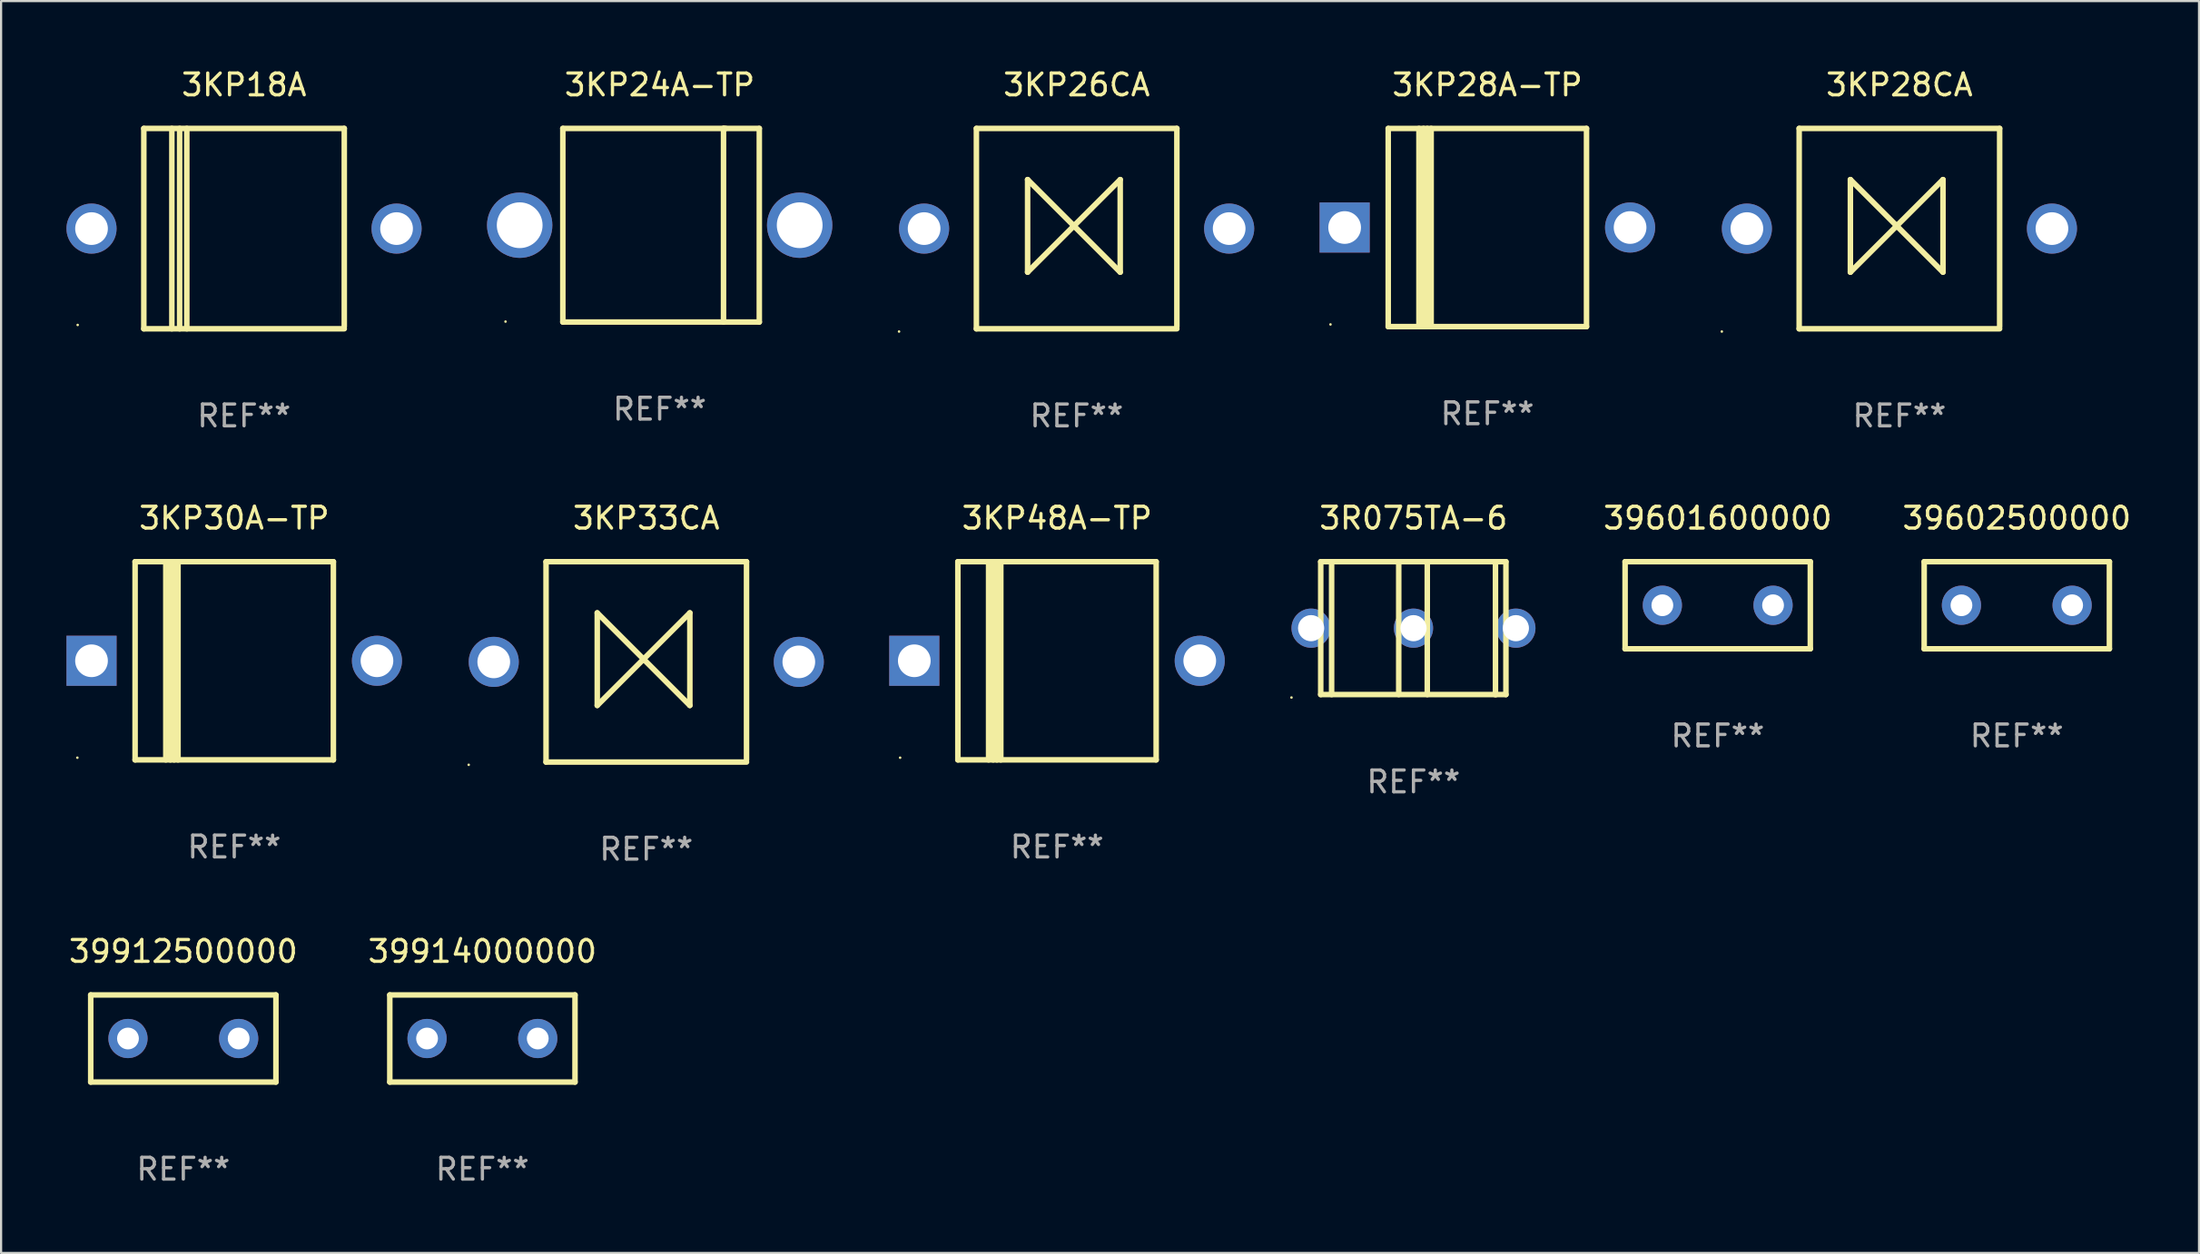
<source format=kicad_pcb>
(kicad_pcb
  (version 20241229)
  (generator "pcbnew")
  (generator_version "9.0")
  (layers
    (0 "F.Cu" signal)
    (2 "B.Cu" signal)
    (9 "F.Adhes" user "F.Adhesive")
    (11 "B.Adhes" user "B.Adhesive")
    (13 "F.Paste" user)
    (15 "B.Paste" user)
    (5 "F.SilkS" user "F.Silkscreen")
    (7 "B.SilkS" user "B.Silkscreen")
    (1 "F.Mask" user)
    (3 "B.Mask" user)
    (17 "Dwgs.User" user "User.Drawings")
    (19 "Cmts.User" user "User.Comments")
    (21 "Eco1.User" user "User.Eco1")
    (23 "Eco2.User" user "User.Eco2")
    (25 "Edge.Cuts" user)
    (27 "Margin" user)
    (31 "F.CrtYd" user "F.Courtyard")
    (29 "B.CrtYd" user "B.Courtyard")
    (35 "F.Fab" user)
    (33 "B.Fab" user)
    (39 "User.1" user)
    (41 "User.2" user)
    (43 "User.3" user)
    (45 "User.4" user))
  (footprint "39912500000"
    (layer "F.Cu")
    (at 5.363 44.641)
    (property "Reference" "39912500000" (at 0 -4 0) (layer "F.SilkS") (effects (font (size 1 1) (thickness 0.15))))
    (attr through_hole)
    (fp_line (start -4.25 2) (end -4.25 -2) (stroke (width 0.254) (type solid)) (layer "F.SilkS"))
    (fp_line (start -4.25 -2) (end 4.25 -2) (stroke (width 0.254) (type solid)) (layer "F.SilkS"))
    (fp_line (start 4.25 2) (end -4.25 2) (stroke (width 0.254) (type solid)) (layer "F.SilkS"))
    (fp_line (start 4.25 -2) (end 4.25 2) (stroke (width 0.254) (type solid)) (layer "F.SilkS"))
    (fp_circle (center -4.25 2) (end -4.22 2) (stroke (width 0.06) (type solid)) (fill no) (layer "F.SilkS"))
    (fp_text user "REF**" (at 0 6 0) (layer "F.Fab") (effects (font (size 1 1) (thickness 0.15))))
    (pad "1" thru_hole circle (at -2.54 0) (size 1.8 1.8) (drill 1) (layers "*.Cu" "*.Mask"))
    (pad "2" thru_hole circle (at 2.54 0) (size 1.8 1.8) (drill 1) (layers "*.Cu" "*.Mask")))
  (footprint "3KP28CA"
    (layer "F.Cu")
    (at 84.12 7.448)
    (property "Reference" "3KP28CA" (at 0 -6.6 0) (layer "F.SilkS") (effects (font (size 1 1) (thickness 0.15))))
    (attr through_hole)
    (fp_line (start -4.6 -4.6) (end -4.6 4.6) (stroke (width 0.254) (type solid)) (layer "F.SilkS"))
    (fp_line (start -4.6 -4.6) (end 4.6 -4.6) (stroke (width 0.254) (type solid)) (layer "F.SilkS"))
    (fp_line (start -4.6 4.6) (end 4.6 4.6) (stroke (width 0.254) (type solid)) (layer "F.SilkS"))
    (fp_line (start -2.25 -2.25) (end -2.25 2) (stroke (width 0.254) (type solid)) (layer "F.SilkS"))
    (fp_line (start -2.25 2) (end 2 -2.25) (stroke (width 0.254) (type solid)) (layer "F.SilkS"))
    (fp_line (start 2 -2.25) (end 2 2) (stroke (width 0.254) (type solid)) (layer "F.SilkS"))
    (fp_line (start 2 2) (end -2.25 -2.25) (stroke (width 0.254) (type solid)) (layer "F.SilkS"))
    (fp_line (start 4.6 -4.6) (end 4.6 4.5) (stroke (width 0.254) (type solid)) (layer "F.SilkS"))
    (fp_circle (center -8.15 4.727) (end -8.12 4.727) (stroke (width 0.06) (type solid)) (fill no) (layer "F.SilkS"))
    (fp_text user "REF**" (at 0 8.6 0) (layer "F.Fab") (effects (font (size 1 1) (thickness 0.15))))
    (pad "1" thru_hole circle (at -7 0) (size 2.3 2.3) (drill 1.5) (layers "*.Cu" "*.Mask"))
    (pad "2" thru_hole circle (at 7 0) (size 2.3 2.3) (drill 1.5) (layers "*.Cu" "*.Mask")))
  (footprint "3R075TA-6"
    (layer "F.Cu")
    (at 61.819 25.8)
    (property "Reference" "3R075TA-6" (at 0 -5.055 0) (layer "F.SilkS") (effects (font (size 1 1) (thickness 0.15))))
    (attr through_hole)
    (fp_line (start -4.257 -3.055) (end 4.243 -3.055) (stroke (width 0.254) (type solid)) (layer "F.SilkS"))
    (fp_line (start -4.257 3.045) (end -4.257 -3.055) (stroke (width 0.254) (type solid)) (layer "F.SilkS"))
    (fp_line (start -3.757 3.045) (end -3.757 -3.055) (stroke (width 0.254) (type solid)) (layer "F.SilkS"))
    (fp_line (start -0.677 3.045) (end -0.677 -3.055) (stroke (width 0.254) (type solid)) (layer "F.SilkS"))
    (fp_line (start 0.633 3.045) (end 0.633 -3.055) (stroke (width 0.254) (type solid)) (layer "F.SilkS"))
    (fp_line (start 3.763 3.055) (end 3.763 -3.045) (stroke (width 0.254) (type solid)) (layer "F.SilkS"))
    (fp_line (start 4.243 -3.055) (end 4.243 3.045) (stroke (width 0.254) (type solid)) (layer "F.SilkS"))
    (fp_line (start 4.243 3.045) (end -4.257 3.045) (stroke (width 0.254) (type solid)) (layer "F.SilkS"))
    (fp_circle (center -5.599 3.182) (end -5.569 3.182) (stroke (width 0.06) (type solid)) (fill no) (layer "F.SilkS"))
    (fp_text user "REF**" (at 0 7.055 0) (layer "F.Fab") (effects (font (size 1 1) (thickness 0.15))))
    (pad "1" thru_hole circle (at -4.699 -0.003) (size 1.8 1.8) (drill 1.2) (layers "*.Cu" "*.Mask"))
    (pad "2" thru_hole circle (at 0 -0.003) (size 1.8 1.8) (drill 1.2) (layers "*.Cu" "*.Mask"))
    (pad "3" thru_hole circle (at 4.699 -0.003) (size 1.8 1.8) (drill 1.2) (layers "*.Cu" "*.Mask")))
  (footprint "3KP26CA"
    (layer "F.Cu")
    (at 46.36 7.448)
    (property "Reference" "3KP26CA" (at 0 -6.6 0) (layer "F.SilkS") (effects (font (size 1 1) (thickness 0.15))))
    (attr through_hole)
    (fp_line (start -4.6 -4.6) (end -4.6 4.6) (stroke (width 0.254) (type solid)) (layer "F.SilkS"))
    (fp_line (start -4.6 -4.6) (end 4.6 -4.6) (stroke (width 0.254) (type solid)) (layer "F.SilkS"))
    (fp_line (start -4.6 4.6) (end 4.6 4.6) (stroke (width 0.254) (type solid)) (layer "F.SilkS"))
    (fp_line (start -2.25 -2.25) (end -2.25 2) (stroke (width 0.254) (type solid)) (layer "F.SilkS"))
    (fp_line (start -2.25 2) (end 2 -2.25) (stroke (width 0.254) (type solid)) (layer "F.SilkS"))
    (fp_line (start 2 -2.25) (end 2 2) (stroke (width 0.254) (type solid)) (layer "F.SilkS"))
    (fp_line (start 2 2) (end -2.25 -2.25) (stroke (width 0.254) (type solid)) (layer "F.SilkS"))
    (fp_line (start 4.6 -4.6) (end 4.6 4.5) (stroke (width 0.254) (type solid)) (layer "F.SilkS"))
    (fp_circle (center -8.15 4.727) (end -8.12 4.727) (stroke (width 0.06) (type solid)) (fill no) (layer "F.SilkS"))
    (fp_text user "REF**" (at 0 8.6 0) (layer "F.Fab") (effects (font (size 1 1) (thickness 0.15))))
    (pad "1" thru_hole circle (at -7 0) (size 2.3 2.3) (drill 1.5) (layers "*.Cu" "*.Mask"))
    (pad "2" thru_hole circle (at 7 0) (size 2.3 2.3) (drill 1.5) (layers "*.Cu" "*.Mask")))
  (footprint "3KP48A-TP"
    (layer "F.Cu")
    (at 45.46 27.295)
    (property "Reference" "3KP48A-TP" (at 0 -6.551 0) (layer "F.SilkS") (effects (font (size 1 1) (thickness 0.15))))
    (attr through_hole)
    (fp_line (start -4.55 -4.55) (end -4.55 4.55) (stroke (width 0.254) (type solid)) (layer "F.SilkS"))
    (fp_line (start -4.55 -4.55) (end 4.55 -4.55) (stroke (width 0.254) (type solid)) (layer "F.SilkS"))
    (fp_line (start -3.14 4.55) (end -3.14 -4.551) (stroke (width 0.254) (type solid)) (layer "F.SilkS"))
    (fp_line (start -2.93 4.55) (end -2.93 -4.551) (stroke (width 0.254) (type solid)) (layer "F.SilkS"))
    (fp_line (start -2.759 4.551) (end -2.759 -4.55) (stroke (width 0.254) (type solid)) (layer "F.SilkS"))
    (fp_line (start -2.58 4.55) (end -2.58 -4.551) (stroke (width 0.254) (type solid)) (layer "F.SilkS"))
    (fp_line (start 4.55 4.55) (end 4.55 -4.55) (stroke (width 0.254) (type solid)) (layer "F.SilkS"))
    (fp_line (start 4.55 4.549) (end -4.55 4.549) (stroke (width 0.254) (type solid)) (layer "F.SilkS"))
    (fp_circle (center -7.2 4.45) (end -7.17 4.45) (stroke (width 0.06) (type solid)) (fill no) (layer "F.SilkS"))
    (fp_text user "REF**" (at 0 8.551 0) (layer "F.Fab") (effects (font (size 1 1) (thickness 0.15))))
    (pad "1" thru_hole rect (at -6.55 -0.000483 180) (size 2.3 2.3) (drill 1.5) (layers "*.Cu" "*.Mask"))
    (pad "2" thru_hole circle (at 6.55 -0.000483) (size 2.3 2.3) (drill 1.5) (layers "*.Cu" "*.Mask")))
  (footprint "3KP18A"
    (layer "F.Cu")
    (at 8.15 7.448)
    (property "Reference" "3KP18A" (at 0 -6.6 0) (layer "F.SilkS") (effects (font (size 1 1) (thickness 0.15))))
    (attr through_hole)
    (fp_line (start -4.6 -4.6) (end -4.6 4.6) (stroke (width 0.254) (type solid)) (layer "F.SilkS"))
    (fp_line (start -4.6 -4.6) (end 4.6 -4.6) (stroke (width 0.254) (type solid)) (layer "F.SilkS"))
    (fp_line (start -4.6 4.6) (end 4.6 4.6) (stroke (width 0.254) (type solid)) (layer "F.SilkS"))
    (fp_line (start -3.313 -4.6) (end -3.313 4.6) (stroke (width 0.254) (type solid)) (layer "F.SilkS"))
    (fp_line (start -2.957 -4.6) (end -2.957 4.6) (stroke (width 0.254) (type solid)) (layer "F.SilkS"))
    (fp_line (start -2.627 -4.6) (end -2.627 4.6) (stroke (width 0.254) (type solid)) (layer "F.SilkS"))
    (fp_line (start 4.6 -4.6) (end 4.6 4.5) (stroke (width 0.254) (type solid)) (layer "F.SilkS"))
    (fp_circle (center -7.635 4.425) (end -7.605 4.425) (stroke (width 0.06) (type solid)) (fill no) (layer "F.SilkS"))
    (fp_text user "REF**" (at 0 8.6 0) (layer "F.Fab") (effects (font (size 1 1) (thickness 0.15))))
    (pad "1" thru_hole circle (at -7 0) (size 2.3 2.3) (drill 1.5) (layers "*.Cu" "*.Mask"))
    (pad "2" thru_hole circle (at 7 0) (size 2.3 2.3) (drill 1.5) (layers "*.Cu" "*.Mask")))
  (footprint "39602500000"
    (layer "F.Cu")
    (at 89.507 24.745)
    (property "Reference" "39602500000" (at 0 -4 0) (layer "F.SilkS") (effects (font (size 1 1) (thickness 0.15))))
    (attr through_hole)
    (fp_line (start -4.25 2) (end -4.25 -2) (stroke (width 0.254) (type solid)) (layer "F.SilkS"))
    (fp_line (start -4.25 -2) (end 4.25 -2) (stroke (width 0.254) (type solid)) (layer "F.SilkS"))
    (fp_line (start 4.25 2) (end -4.25 2) (stroke (width 0.254) (type solid)) (layer "F.SilkS"))
    (fp_line (start 4.25 -2) (end 4.25 2) (stroke (width 0.254) (type solid)) (layer "F.SilkS"))
    (fp_circle (center -4.25 2) (end -4.22 2) (stroke (width 0.06) (type solid)) (fill no) (layer "F.SilkS"))
    (fp_text user "REF**" (at 0 6 0) (layer "F.Fab") (effects (font (size 1 1) (thickness 0.15))))
    (pad "1" thru_hole circle (at -2.54 0) (size 1.8 1.8) (drill 1) (layers "*.Cu" "*.Mask"))
    (pad "2" thru_hole circle (at 2.54 0) (size 1.8 1.8) (drill 1) (layers "*.Cu" "*.Mask")))
  (footprint "39601600000"
    (layer "F.Cu")
    (at 75.781 24.745)
    (property "Reference" "39601600000" (at 0 -4 0) (layer "F.SilkS") (effects (font (size 1 1) (thickness 0.15))))
    (attr through_hole)
    (fp_line (start -4.25 2) (end -4.25 -2) (stroke (width 0.254) (type solid)) (layer "F.SilkS"))
    (fp_line (start -4.25 -2) (end 4.25 -2) (stroke (width 0.254) (type solid)) (layer "F.SilkS"))
    (fp_line (start 4.25 2) (end -4.25 2) (stroke (width 0.254) (type solid)) (layer "F.SilkS"))
    (fp_line (start 4.25 -2) (end 4.25 2) (stroke (width 0.254) (type solid)) (layer "F.SilkS"))
    (fp_circle (center -4.25 2) (end -4.22 2) (stroke (width 0.06) (type solid)) (fill no) (layer "F.SilkS"))
    (fp_text user "REF**" (at 0 6 0) (layer "F.Fab") (effects (font (size 1 1) (thickness 0.15))))
    (pad "1" thru_hole circle (at -2.54 0) (size 1.8 1.8) (drill 1) (layers "*.Cu" "*.Mask"))
    (pad "2" thru_hole circle (at 2.54 0) (size 1.8 1.8) (drill 1) (layers "*.Cu" "*.Mask")))
  (footprint "39914000000"
    (layer "F.Cu")
    (at 19.089 44.641)
    (property "Reference" "39914000000" (at 0 -4 0) (layer "F.SilkS") (effects (font (size 1 1) (thickness 0.15))))
    (attr through_hole)
    (fp_line (start -4.25 2) (end -4.25 -2) (stroke (width 0.254) (type solid)) (layer "F.SilkS"))
    (fp_line (start -4.25 -2) (end 4.25 -2) (stroke (width 0.254) (type solid)) (layer "F.SilkS"))
    (fp_line (start 4.25 2) (end -4.25 2) (stroke (width 0.254) (type solid)) (layer "F.SilkS"))
    (fp_line (start 4.25 -2) (end 4.25 2) (stroke (width 0.254) (type solid)) (layer "F.SilkS"))
    (fp_circle (center -4.25 2) (end -4.22 2) (stroke (width 0.06) (type solid)) (fill no) (layer "F.SilkS"))
    (fp_text user "REF**" (at 0 6 0) (layer "F.Fab") (effects (font (size 1 1) (thickness 0.15))))
    (pad "1" thru_hole circle (at -2.54 0) (size 1.8 1.8) (drill 1) (layers "*.Cu" "*.Mask"))
    (pad "2" thru_hole circle (at 2.54 0) (size 1.8 1.8) (drill 1) (layers "*.Cu" "*.Mask")))
  (footprint "3KP33CA"
    (layer "F.Cu")
    (at 26.61 27.345)
    (property "Reference" "3KP33CA" (at 0 -6.6 0) (layer "F.SilkS") (effects (font (size 1 1) (thickness 0.15))))
    (attr through_hole)
    (fp_line (start -4.6 -4.6) (end -4.6 4.6) (stroke (width 0.254) (type solid)) (layer "F.SilkS"))
    (fp_line (start -4.6 -4.6) (end 4.6 -4.6) (stroke (width 0.254) (type solid)) (layer "F.SilkS"))
    (fp_line (start -4.6 4.6) (end 4.6 4.6) (stroke (width 0.254) (type solid)) (layer "F.SilkS"))
    (fp_line (start -2.25 -2.25) (end -2.25 2) (stroke (width 0.254) (type solid)) (layer "F.SilkS"))
    (fp_line (start -2.25 2) (end 2 -2.25) (stroke (width 0.254) (type solid)) (layer "F.SilkS"))
    (fp_line (start 2 -2.25) (end 2 2) (stroke (width 0.254) (type solid)) (layer "F.SilkS"))
    (fp_line (start 2 2) (end -2.25 -2.25) (stroke (width 0.254) (type solid)) (layer "F.SilkS"))
    (fp_line (start 4.6 -4.6) (end 4.6 4.5) (stroke (width 0.254) (type solid)) (layer "F.SilkS"))
    (fp_circle (center -8.15 4.727) (end -8.12 4.727) (stroke (width 0.06) (type solid)) (fill no) (layer "F.SilkS"))
    (fp_text user "REF**" (at 0 8.6 0) (layer "F.Fab") (effects (font (size 1 1) (thickness 0.15))))
    (pad "1" thru_hole circle (at -7 0) (size 2.3 2.3) (drill 1.5) (layers "*.Cu" "*.Mask"))
    (pad "2" thru_hole circle (at 7 0) (size 2.3 2.3) (drill 1.5) (layers "*.Cu" "*.Mask")))
  (footprint "3KP30A-TP"
    (layer "F.Cu")
    (at 7.7 27.295)
    (property "Reference" "3KP30A-TP" (at 0 -6.551 0) (layer "F.SilkS") (effects (font (size 1 1) (thickness 0.15))))
    (attr through_hole)
    (fp_line (start -4.55 -4.55) (end -4.55 4.55) (stroke (width 0.254) (type solid)) (layer "F.SilkS"))
    (fp_line (start -4.55 -4.55) (end 4.55 -4.55) (stroke (width 0.254) (type solid)) (layer "F.SilkS"))
    (fp_line (start -3.14 4.55) (end -3.14 -4.551) (stroke (width 0.254) (type solid)) (layer "F.SilkS"))
    (fp_line (start -2.93 4.55) (end -2.93 -4.551) (stroke (width 0.254) (type solid)) (layer "F.SilkS"))
    (fp_line (start -2.759 4.551) (end -2.759 -4.55) (stroke (width 0.254) (type solid)) (layer "F.SilkS"))
    (fp_line (start -2.58 4.55) (end -2.58 -4.551) (stroke (width 0.254) (type solid)) (layer "F.SilkS"))
    (fp_line (start 4.55 4.55) (end 4.55 -4.55) (stroke (width 0.254) (type solid)) (layer "F.SilkS"))
    (fp_line (start 4.55 4.549) (end -4.55 4.549) (stroke (width 0.254) (type solid)) (layer "F.SilkS"))
    (fp_circle (center -7.2 4.45) (end -7.17 4.45) (stroke (width 0.06) (type solid)) (fill no) (layer "F.SilkS"))
    (fp_text user "REF**" (at 0 8.551 0) (layer "F.Fab") (effects (font (size 1 1) (thickness 0.15))))
    (pad "1" thru_hole rect (at -6.55 -0.000483 180) (size 2.3 2.3) (drill 1.5) (layers "*.Cu" "*.Mask"))
    (pad "2" thru_hole circle (at 6.55 -0.000483) (size 2.3 2.3) (drill 1.5) (layers "*.Cu" "*.Mask")))
  (footprint "3KP28A-TP"
    (layer "F.Cu")
    (at 65.21 7.399)
    (property "Reference" "3KP28A-TP" (at 0 -6.551 0) (layer "F.SilkS") (effects (font (size 1 1) (thickness 0.15))))
    (attr through_hole)
    (fp_line (start -4.55 -4.55) (end -4.55 4.55) (stroke (width 0.254) (type solid)) (layer "F.SilkS"))
    (fp_line (start -4.55 -4.55) (end 4.55 -4.55) (stroke (width 0.254) (type solid)) (layer "F.SilkS"))
    (fp_line (start -3.14 4.55) (end -3.14 -4.551) (stroke (width 0.254) (type solid)) (layer "F.SilkS"))
    (fp_line (start -2.93 4.55) (end -2.93 -4.551) (stroke (width 0.254) (type solid)) (layer "F.SilkS"))
    (fp_line (start -2.759 4.551) (end -2.759 -4.55) (stroke (width 0.254) (type solid)) (layer "F.SilkS"))
    (fp_line (start -2.58 4.55) (end -2.58 -4.551) (stroke (width 0.254) (type solid)) (layer "F.SilkS"))
    (fp_line (start 4.55 4.55) (end 4.55 -4.55) (stroke (width 0.254) (type solid)) (layer "F.SilkS"))
    (fp_line (start 4.55 4.549) (end -4.55 4.549) (stroke (width 0.254) (type solid)) (layer "F.SilkS"))
    (fp_circle (center -7.2 4.45) (end -7.17 4.45) (stroke (width 0.06) (type solid)) (fill no) (layer "F.SilkS"))
    (fp_text user "REF**" (at 0 8.551 0) (layer "F.Fab") (effects (font (size 1 1) (thickness 0.15))))
    (pad "1" thru_hole rect (at -6.55 -0.000483 180) (size 2.3 2.3) (drill 1.5) (layers "*.Cu" "*.Mask"))
    (pad "2" thru_hole circle (at 6.55 -0.000483) (size 2.3 2.3) (drill 1.5) (layers "*.Cu" "*.Mask")))
  (footprint "3KP24A-TP"
    (layer "F.Cu")
    (at 27.225 7.293)
    (property "Reference" "3KP24A-TP" (at 0 -6.445 0) (layer "F.SilkS") (effects (font (size 1 1) (thickness 0.15))))
    (attr through_hole)
    (fp_line (start -4.445 -4.445) (end -4.445 4.445) (stroke (width 0.254) (type solid)) (layer "F.SilkS"))
    (fp_line (start -4.445 4.445) (end 4.572 4.445) (stroke (width 0.254) (type solid)) (layer "F.SilkS"))
    (fp_line (start 2.929 -4.445) (end 2.929 4.445) (stroke (width 0.254) (type solid)) (layer "F.SilkS"))
    (fp_line (start 3.029 -4.445) (end 2.929 -4.445) (stroke (width 0.254) (type solid)) (layer "F.SilkS"))
    (fp_line (start 4.572 -4.445) (end -4.445 -4.445) (stroke (width 0.254) (type solid)) (layer "F.SilkS"))
    (fp_line (start 4.572 4.445) (end 4.572 -4.445) (stroke (width 0.254) (type solid)) (layer "F.SilkS"))
    (fp_circle (center -7.075 4.425) (end -7.045 4.425) (stroke (width 0.06) (type solid)) (fill no) (layer "F.SilkS"))
    (fp_text user "REF**" (at 0 8.445 0) (layer "F.Fab") (effects (font (size 1 1) (thickness 0.15))))
    (pad "1" thru_hole circle (at -6.425 0) (size 3 3) (drill 2.1) (layers "*.Cu" "*.Mask"))
    (pad "2" thru_hole circle (at 6.425 0) (size 3 3) (drill 2.1) (layers "*.Cu" "*.Mask")))
  (gr_rect
    (start -3 -3)
    (end 97.87 54.489)
    (stroke (width 0.1) (type default))
    (fill no)
    (layer "Edge.Cuts")))
</source>
